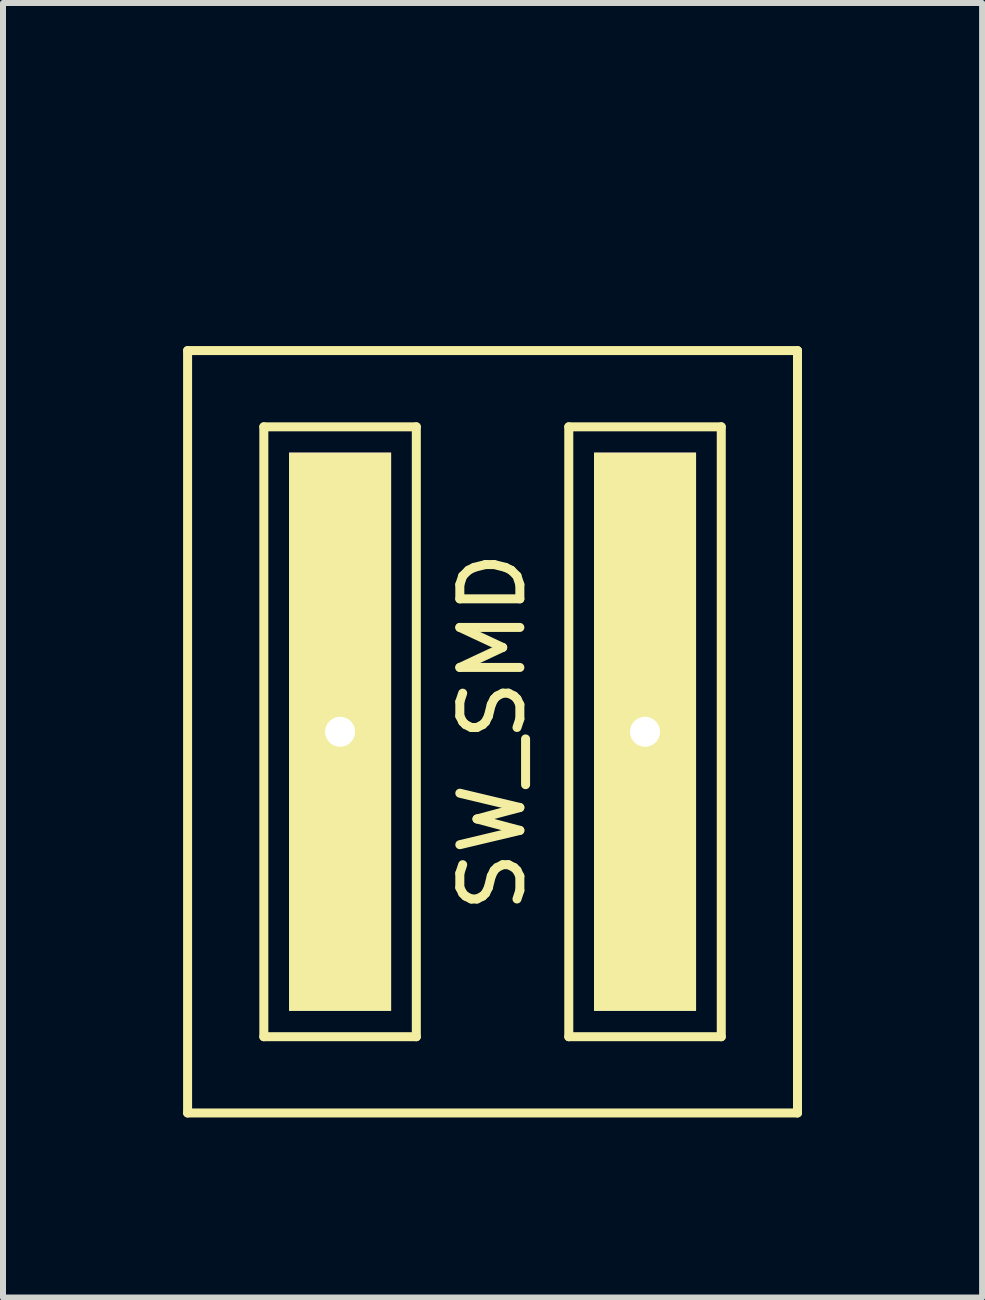
<source format=kicad_pcb>
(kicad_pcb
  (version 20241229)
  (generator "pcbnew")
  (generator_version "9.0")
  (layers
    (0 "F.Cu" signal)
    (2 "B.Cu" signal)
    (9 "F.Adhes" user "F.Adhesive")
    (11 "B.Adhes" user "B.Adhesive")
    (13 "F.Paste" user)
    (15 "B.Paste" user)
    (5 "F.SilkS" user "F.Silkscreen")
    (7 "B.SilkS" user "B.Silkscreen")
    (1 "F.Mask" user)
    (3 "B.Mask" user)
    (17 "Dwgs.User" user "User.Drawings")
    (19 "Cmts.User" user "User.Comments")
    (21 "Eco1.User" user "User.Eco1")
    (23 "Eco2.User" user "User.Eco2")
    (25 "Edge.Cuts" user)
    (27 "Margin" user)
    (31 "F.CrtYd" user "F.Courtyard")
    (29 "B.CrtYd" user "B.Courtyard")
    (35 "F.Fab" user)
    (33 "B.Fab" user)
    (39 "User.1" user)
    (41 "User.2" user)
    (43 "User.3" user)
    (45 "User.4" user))
  (footprint "SW_SMD"
    (layer "F.Cu")
    (at 3.885 0.25)
    (property "Reference" "SW_SMD" (at 1.27 8.89 90) (layer "F.SilkS") (effects (font (size 1 1) (thickness 0.15))))
    (attr through_hole)
    (fp_line (start -3.81 2.54) (end 6.35 2.54) (stroke (width 0.15) (type solid)) (layer "F.SilkS"))
    (fp_line (start -3.81 15.24) (end -3.81 2.54) (stroke (width 0.15) (type solid)) (layer "F.SilkS"))
    (fp_line (start -2.54 3.81) (end -2.54 13.97) (stroke (width 0.15) (type solid)) (layer "F.SilkS"))
    (fp_line (start -2.54 13.97) (end 0 13.97) (stroke (width 0.15) (type solid)) (layer "F.SilkS"))
    (fp_line (start 0 3.81) (end -2.54 3.81) (stroke (width 0.15) (type solid)) (layer "F.SilkS"))
    (fp_line (start 0 13.97) (end 0 3.81) (stroke (width 0.15) (type solid)) (layer "F.SilkS"))
    (fp_line (start 2.54 3.81) (end 5.08 3.81) (stroke (width 0.15) (type solid)) (layer "F.SilkS"))
    (fp_line (start 2.54 13.97) (end 2.54 3.81) (stroke (width 0.15) (type solid)) (layer "F.SilkS"))
    (fp_line (start 5.08 3.81) (end 5.08 13.97) (stroke (width 0.15) (type solid)) (layer "F.SilkS"))
    (fp_line (start 5.08 13.97) (end 2.54 13.97) (stroke (width 0.15) (type solid)) (layer "F.SilkS"))
    (fp_line (start 6.35 2.54) (end 6.35 15.24) (stroke (width 0.15) (type solid)) (layer "F.SilkS"))
    (fp_line (start 6.35 15.24) (end -3.81 15.24) (stroke (width 0.15) (type solid)) (layer "F.SilkS"))
    (pad "1" thru_hole rect (at -1.27 8.89) (size 1.7 9.3) (drill 0.5) (layers "*.Cu" "*.Mask" "F.SilkS"))
    (pad "2" thru_hole rect (at 3.81 8.89) (size 1.7 9.3) (drill 0.5) (layers "*.Cu" "*.Mask" "F.SilkS")))
  (gr_rect
    (start -3 -3)
    (end 13.31 18.565)
    (stroke (width 0.1) (type default))
    (fill no)
    (layer "Edge.Cuts")))
</source>
